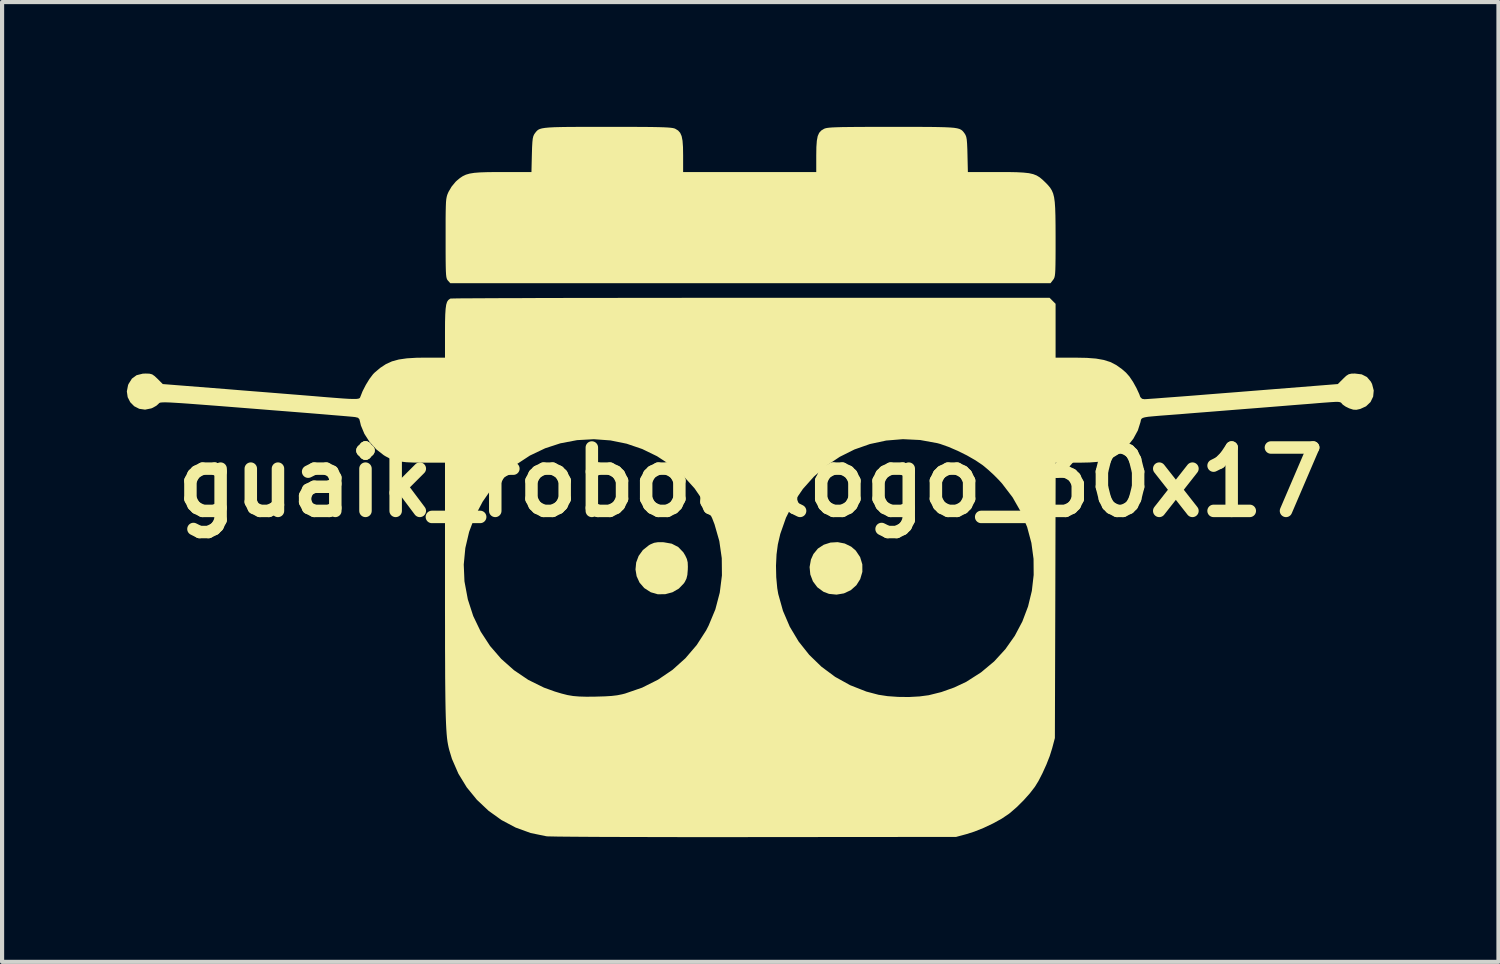
<source format=kicad_pcb>
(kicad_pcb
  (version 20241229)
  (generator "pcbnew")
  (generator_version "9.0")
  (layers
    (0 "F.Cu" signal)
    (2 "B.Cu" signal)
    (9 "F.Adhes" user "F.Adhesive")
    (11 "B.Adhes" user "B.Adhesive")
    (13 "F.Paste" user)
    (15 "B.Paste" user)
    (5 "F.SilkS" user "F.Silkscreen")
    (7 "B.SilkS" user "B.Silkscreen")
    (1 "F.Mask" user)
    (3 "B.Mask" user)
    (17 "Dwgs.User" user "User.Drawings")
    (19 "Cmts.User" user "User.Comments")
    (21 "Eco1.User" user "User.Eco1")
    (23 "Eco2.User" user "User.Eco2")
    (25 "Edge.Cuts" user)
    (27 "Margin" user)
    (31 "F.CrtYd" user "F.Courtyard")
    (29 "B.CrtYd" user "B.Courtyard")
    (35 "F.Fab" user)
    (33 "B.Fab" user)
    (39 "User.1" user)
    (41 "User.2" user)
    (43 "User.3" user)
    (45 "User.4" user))
  (footprint "guaik_robot_logo_30x17"
    (layer "F.Cu")
    (at 14.991 8.545)
    (property "Reference" "guaik_robot_logo_30x17" (at 0 0 0) (layer "F.SilkS") (effects (font (size 1.524 1.524) (thickness 0.3))))
    (attr board_only exclude_from_pos_files exclude_from_bom)
    (fp_poly (pts (xy 2.271 1.474) (xy 2.427 1.55) (xy 2.536 1.644) (xy 2.641 1.801) (xy 2.694 1.975) (xy 2.695 2.155) (xy 2.643 2.331) (xy 2.55 2.478) (xy 2.415 2.597) (xy 2.252 2.673) (xy 2.074 2.703) (xy 1.893 2.685) (xy 1.759 2.634) (xy 1.612 2.526) (xy 1.506 2.384) (xy 1.443 2.218) (xy 1.426 2.04) (xy 1.458 1.86) (xy 1.518 1.727) (xy 1.626 1.595) (xy 1.767 1.503) (xy 1.929 1.451) (xy 2.101 1.441)) (stroke (width 0) (type solid)) (fill yes) (layer "F.SilkS"))
    (fp_poly (pts (xy -2.097 1.443) (xy -2.081 1.444) (xy -1.889 1.478) (xy -1.733 1.558) (xy -1.61 1.686) (xy -1.564 1.762) (xy -1.525 1.846) (xy -1.505 1.927) (xy -1.501 2.029) (xy -1.503 2.103) (xy -1.513 2.228) (xy -1.535 2.318) (xy -1.574 2.397) (xy -1.597 2.432) (xy -1.718 2.558) (xy -1.873 2.647) (xy -2.047 2.693) (xy -2.226 2.694) (xy -2.393 2.646) (xy -2.55 2.545) (xy -2.663 2.414) (xy -2.733 2.261) (xy -2.76 2.098) (xy -2.744 1.931) (xy -2.685 1.773) (xy -2.582 1.63) (xy -2.436 1.514) (xy -2.396 1.492) (xy -2.312 1.457) (xy -2.22 1.442)) (stroke (width 0) (type solid)) (fill yes) (layer "F.SilkS"))
    (fp_poly (pts (xy 3.76 -8.544) (xy 4.056 -8.544) (xy 4.303 -8.543) (xy 4.505 -8.54) (xy 4.669 -8.536) (xy 4.798 -8.53) (xy 4.897 -8.522) (xy 4.972 -8.51) (xy 5.027 -8.495) (xy 5.067 -8.476) (xy 5.098 -8.453) (xy 5.123 -8.426) (xy 5.148 -8.393) (xy 5.151 -8.389) (xy 5.175 -8.35) (xy 5.193 -8.303) (xy 5.205 -8.237) (xy 5.213 -8.141) (xy 5.219 -8.005) (xy 5.222 -7.882) (xy 5.232 -7.458) (xy 5.944 -7.458) (xy 6.201 -7.458) (xy 6.407 -7.454) (xy 6.571 -7.445) (xy 6.7 -7.431) (xy 6.802 -7.408) (xy 6.886 -7.375) (xy 6.958 -7.331) (xy 7.028 -7.273) (xy 7.096 -7.208) (xy 7.159 -7.143) (xy 7.21 -7.082) (xy 7.25 -7.017) (xy 7.282 -6.942) (xy 7.305 -6.851) (xy 7.321 -6.736) (xy 7.331 -6.591) (xy 7.337 -6.409) (xy 7.34 -6.183) (xy 7.341 -5.907) (xy 7.341 -5.842) (xy 7.341 -5.588) (xy 7.34 -5.386) (xy 7.338 -5.229) (xy 7.335 -5.111) (xy 7.33 -5.025) (xy 7.323 -4.965) (xy 7.313 -4.923) (xy 7.3 -4.893) (xy 7.284 -4.869) (xy 7.28 -4.864) (xy 7.219 -4.786) (xy -7.214 -4.786) (xy -7.27 -4.848) (xy -7.286 -4.868) (xy -7.298 -4.895) (xy -7.308 -4.934) (xy -7.315 -4.992) (xy -7.32 -5.076) (xy -7.323 -5.192) (xy -7.325 -5.346) (xy -7.326 -5.544) (xy -7.326 -5.793) (xy -7.326 -5.869) (xy -7.326 -6.131) (xy -7.326 -6.342) (xy -7.324 -6.508) (xy -7.321 -6.636) (xy -7.317 -6.733) (xy -7.31 -6.806) (xy -7.3 -6.861) (xy -7.288 -6.906) (xy -7.271 -6.948) (xy -7.256 -6.982) (xy -7.182 -7.108) (xy -7.084 -7.226) (xy -7.056 -7.252) (xy -6.984 -7.312) (xy -6.914 -7.359) (xy -6.838 -7.395) (xy -6.748 -7.421) (xy -6.636 -7.439) (xy -6.493 -7.45) (xy -6.312 -7.456) (xy -6.085 -7.458) (xy -5.958 -7.458) (xy -5.262 -7.458) (xy -5.252 -7.882) (xy -5.247 -8.052) (xy -5.24 -8.175) (xy -5.231 -8.26) (xy -5.217 -8.319) (xy -5.198 -8.362) (xy -5.18 -8.389) (xy -5.155 -8.422) (xy -5.13 -8.45) (xy -5.101 -8.474) (xy -5.062 -8.493) (xy -5.009 -8.508) (xy -4.936 -8.52) (xy -4.84 -8.529) (xy -4.714 -8.536) (xy -4.555 -8.54) (xy -4.357 -8.543) (xy -4.115 -8.544) (xy -3.825 -8.544) (xy -3.482 -8.545) (xy -3.44 -8.545) (xy -3.094 -8.544) (xy -2.803 -8.544) (xy -2.56 -8.543) (xy -2.362 -8.541) (xy -2.202 -8.538) (xy -2.077 -8.534) (xy -1.982 -8.529) (xy -1.912 -8.523) (xy -1.861 -8.516) (xy -1.825 -8.507) (xy -1.805 -8.499) (xy -1.736 -8.457) (xy -1.686 -8.401) (xy -1.651 -8.322) (xy -1.629 -8.21) (xy -1.618 -8.058) (xy -1.615 -7.858) (xy -1.615 -7.458) (xy 1.586 -7.458) (xy 1.586 -7.858) (xy 1.589 -8.059) (xy 1.6 -8.211) (xy 1.621 -8.322) (xy 1.656 -8.401) (xy 1.707 -8.457) (xy 1.776 -8.499) (xy 1.804 -8.509) (xy 1.843 -8.518) (xy 1.898 -8.525) (xy 1.975 -8.531) (xy 2.077 -8.535) (xy 2.21 -8.539) (xy 2.379 -8.541) (xy 2.589 -8.543) (xy 2.844 -8.544) (xy 3.149 -8.545) (xy 3.411 -8.545)) (stroke (width 0) (type solid)) (fill yes) (layer "F.SilkS"))
    (fp_poly (pts (xy 7.269 -4.362) (xy 7.341 -4.29) (xy 7.341 -2.995) (xy 7.819 -2.995) (xy 8.09 -2.99) (xy 8.313 -2.973) (xy 8.499 -2.94) (xy 8.658 -2.89) (xy 8.8 -2.817) (xy 8.935 -2.721) (xy 9.035 -2.634) (xy 9.116 -2.542) (xy 9.203 -2.413) (xy 9.285 -2.265) (xy 9.353 -2.118) (xy 9.378 -2.048) (xy 9.42 -2.006) (xy 9.476 -1.996) (xy 9.518 -1.998) (xy 9.614 -2.005) (xy 9.758 -2.015) (xy 9.948 -2.03) (xy 10.177 -2.047) (xy 10.442 -2.067) (xy 10.737 -2.09) (xy 11.058 -2.116) (xy 11.401 -2.143) (xy 11.76 -2.171) (xy 11.843 -2.178) (xy 14.127 -2.36) (xy 14.254 -2.487) (xy 14.329 -2.558) (xy 14.389 -2.596) (xy 14.456 -2.611) (xy 14.539 -2.613) (xy 14.702 -2.593) (xy 14.828 -2.529) (xy 14.921 -2.419) (xy 14.951 -2.361) (xy 14.991 -2.206) (xy 14.977 -2.059) (xy 14.914 -1.928) (xy 14.806 -1.825) (xy 14.668 -1.762) (xy 14.573 -1.741) (xy 14.497 -1.745) (xy 14.404 -1.775) (xy 14.403 -1.775) (xy 14.315 -1.818) (xy 14.246 -1.866) (xy 14.229 -1.885) (xy 14.21 -1.908) (xy 14.185 -1.923) (xy 14.144 -1.931) (xy 14.077 -1.932) (xy 13.974 -1.926) (xy 13.824 -1.915) (xy 13.782 -1.912) (xy 13.669 -1.903) (xy 13.506 -1.889) (xy 13.3 -1.873) (xy 13.059 -1.854) (xy 12.79 -1.832) (xy 12.503 -1.809) (xy 12.203 -1.785) (xy 11.922 -1.763) (xy 11.619 -1.739) (xy 11.32 -1.715) (xy 11.032 -1.692) (xy 10.765 -1.671) (xy 10.525 -1.652) (xy 10.321 -1.635) (xy 10.161 -1.623) (xy 10.057 -1.615) (xy 9.846 -1.599) (xy 9.686 -1.585) (xy 9.569 -1.574) (xy 9.489 -1.561) (xy 9.438 -1.546) (xy 9.409 -1.527) (xy 9.394 -1.502) (xy 9.387 -1.469) (xy 9.382 -1.445) (xy 9.319 -1.245) (xy 9.21 -1.045) (xy 9.064 -0.86) (xy 8.891 -0.703) (xy 8.852 -0.674) (xy 8.739 -0.604) (xy 8.624 -0.551) (xy 8.496 -0.514) (xy 8.346 -0.489) (xy 8.161 -0.475) (xy 7.932 -0.47) (xy 7.857 -0.47) (xy 7.343 -0.47) (xy 7.334 2.841) (xy 7.324 6.152) (xy 7.258 6.4) (xy 7.2 6.585) (xy 7.119 6.791) (xy 7.025 6.998) (xy 6.928 7.187) (xy 6.842 7.326) (xy 6.723 7.48) (xy 6.573 7.648) (xy 6.409 7.811) (xy 6.249 7.95) (xy 6.214 7.977) (xy 6.046 8.09) (xy 5.839 8.204) (xy 5.613 8.311) (xy 5.388 8.401) (xy 5.197 8.462) (xy 4.948 8.529) (xy 0.117 8.533) (xy -0.414 8.534) (xy -0.931 8.534) (xy -1.431 8.534) (xy -1.91 8.533) (xy -2.366 8.532) (xy -2.795 8.531) (xy -3.193 8.53) (xy -3.558 8.529) (xy -3.887 8.527) (xy -4.175 8.525) (xy -4.421 8.523) (xy -4.62 8.521) (xy -4.769 8.518) (xy -4.866 8.516) (xy -4.904 8.513) (xy -5.282 8.435) (xy -5.642 8.304) (xy -5.982 8.124) (xy -6.294 7.9) (xy -6.574 7.636) (xy -6.818 7.337) (xy -7.019 7.008) (xy -7.174 6.652) (xy -7.238 6.441) (xy -7.254 6.377) (xy -7.268 6.31) (xy -7.281 6.236) (xy -7.292 6.152) (xy -7.301 6.054) (xy -7.309 5.939) (xy -7.316 5.803) (xy -7.322 5.643) (xy -7.327 5.455) (xy -7.331 5.236) (xy -7.334 4.982) (xy -7.337 4.69) (xy -7.338 4.355) (xy -7.34 3.976) (xy -7.34 3.547) (xy -7.341 3.066) (xy -7.341 2.65) (xy -7.341 1.98) (xy -6.89 1.98) (xy -6.873 2.381) (xy -6.871 2.394) (xy -6.792 2.817) (xy -6.662 3.218) (xy -6.482 3.593) (xy -6.257 3.938) (xy -5.989 4.248) (xy -5.681 4.521) (xy -5.338 4.753) (xy -4.961 4.939) (xy -4.701 5.033) (xy -4.537 5.082) (xy -4.395 5.118) (xy -4.258 5.141) (xy -4.112 5.153) (xy -3.94 5.158) (xy -3.727 5.156) (xy -3.7 5.155) (xy -3.494 5.149) (xy -3.332 5.139) (xy -3.199 5.123) (xy -3.08 5.099) (xy -3.01 5.081) (xy -2.601 4.94) (xy -2.22 4.749) (xy -1.872 4.513) (xy -1.561 4.234) (xy -1.289 3.916) (xy -1.061 3.562) (xy -1.002 3.447) (xy -0.84 3.058) (xy -0.734 2.654) (xy -0.682 2.241) (xy -0.684 2.008) (xy 0.618 2.008) (xy 0.624 2.285) (xy 0.648 2.546) (xy 0.672 2.687) (xy 0.786 3.094) (xy 0.95 3.476) (xy 1.162 3.83) (xy 1.417 4.151) (xy 1.711 4.436) (xy 2.041 4.681) (xy 2.402 4.881) (xy 2.791 5.034) (xy 3.083 5.111) (xy 3.3 5.144) (xy 3.552 5.162) (xy 3.815 5.165) (xy 4.068 5.151) (xy 4.289 5.122) (xy 4.594 5.046) (xy 4.903 4.936) (xy 5.186 4.803) (xy 5.194 4.799) (xy 5.549 4.572) (xy 5.863 4.31) (xy 6.133 4.015) (xy 6.36 3.693) (xy 6.542 3.349) (xy 6.679 2.987) (xy 6.77 2.613) (xy 6.814 2.23) (xy 6.811 1.844) (xy 6.759 1.459) (xy 6.658 1.081) (xy 6.507 0.714) (xy 6.306 0.362) (xy 6.053 0.031) (xy 5.968 -0.062) (xy 5.855 -0.176) (xy 5.726 -0.294) (xy 5.606 -0.395) (xy 5.582 -0.414) (xy 5.414 -0.527) (xy 5.21 -0.644) (xy 4.988 -0.754) (xy 4.768 -0.849) (xy 4.567 -0.92) (xy 4.498 -0.939) (xy 4.082 -1.015) (xy 3.67 -1.035) (xy 3.267 -1.002) (xy 2.877 -0.918) (xy 2.504 -0.787) (xy 2.152 -0.611) (xy 1.825 -0.392) (xy 1.528 -0.133) (xy 1.265 0.162) (xy 1.04 0.492) (xy 0.858 0.854) (xy 0.721 1.244) (xy 0.662 1.498) (xy 0.631 1.737) (xy 0.618 2.008) (xy -0.684 2.008) (xy -0.686 1.826) (xy -0.745 1.414) (xy -0.86 1.012) (xy -0.918 0.863) (xy -1.107 0.489) (xy -1.338 0.151) (xy -1.607 -0.148) (xy -1.91 -0.408) (xy -2.242 -0.625) (xy -2.598 -0.798) (xy -2.973 -0.926) (xy -3.362 -1.005) (xy -3.761 -1.034) (xy -4.164 -1.012) (xy -4.568 -0.935) (xy -4.932 -0.816) (xy -5.299 -0.641) (xy -5.636 -0.42) (xy -5.94 -0.157) (xy -6.208 0.14) (xy -6.436 0.469) (xy -6.622 0.822) (xy -6.761 1.195) (xy -6.852 1.583) (xy -6.89 1.98) (xy -7.341 1.98) (xy -7.341 -0.47) (xy -7.85 -0.47) (xy -8.086 -0.472) (xy -8.275 -0.481) (xy -8.427 -0.499) (xy -8.553 -0.527) (xy -8.663 -0.567) (xy -8.768 -0.622) (xy -8.814 -0.65) (xy -8.994 -0.791) (xy -9.153 -0.967) (xy -9.279 -1.163) (xy -9.363 -1.364) (xy -9.382 -1.445) (xy -9.4 -1.515) (xy -9.433 -1.55) (xy -9.5 -1.566) (xy -9.524 -1.569) (xy -9.573 -1.574) (xy -9.675 -1.583) (xy -9.826 -1.596) (xy -10.021 -1.612) (xy -10.256 -1.632) (xy -10.525 -1.654) (xy -10.824 -1.678) (xy -11.149 -1.704) (xy -11.493 -1.731) (xy -11.854 -1.76) (xy -11.917 -1.765) (xy -12.335 -1.798) (xy -12.698 -1.827) (xy -13.011 -1.851) (xy -13.276 -1.871) (xy -13.499 -1.888) (xy -13.683 -1.901) (xy -13.832 -1.91) (xy -13.949 -1.917) (xy -14.039 -1.92) (xy -14.106 -1.92) (xy -14.154 -1.918) (xy -14.186 -1.914) (xy -14.206 -1.907) (xy -14.218 -1.898) (xy -14.227 -1.888) (xy -14.229 -1.885) (xy -14.281 -1.839) (xy -14.364 -1.792) (xy -14.403 -1.775) (xy -14.553 -1.745) (xy -14.693 -1.765) (xy -14.814 -1.827) (xy -14.909 -1.923) (xy -14.971 -2.045) (xy -14.991 -2.184) (xy -14.962 -2.333) (xy -14.951 -2.361) (xy -14.869 -2.491) (xy -14.757 -2.573) (xy -14.609 -2.61) (xy -14.539 -2.613) (xy -14.447 -2.61) (xy -14.382 -2.593) (xy -14.322 -2.551) (xy -14.254 -2.487) (xy -14.127 -2.36) (xy -12.547 -2.235) (xy -12.23 -2.209) (xy -11.916 -2.184) (xy -11.613 -2.16) (xy -11.327 -2.137) (xy -11.068 -2.116) (xy -10.842 -2.098) (xy -10.658 -2.083) (xy -10.523 -2.072) (xy -10.498 -2.07) (xy -10.214 -2.046) (xy -9.984 -2.028) (xy -9.801 -2.014) (xy -9.66 -2.005) (xy -9.555 -2.002) (xy -9.481 -2.002) (xy -9.431 -2.008) (xy -9.402 -2.017) (xy -9.386 -2.031) (xy -9.38 -2.044) (xy -9.323 -2.188) (xy -9.245 -2.34) (xy -9.158 -2.482) (xy -9.072 -2.596) (xy -9.035 -2.634) (xy -8.898 -2.75) (xy -8.761 -2.84) (xy -8.616 -2.906) (xy -8.451 -2.951) (xy -8.256 -2.979) (xy -8.02 -2.993) (xy -7.819 -2.995) (xy -7.341 -2.995) (xy -7.341 -3.613) (xy -7.34 -3.848) (xy -7.335 -4.03) (xy -7.326 -4.168) (xy -7.312 -4.268) (xy -7.291 -4.337) (xy -7.261 -4.381) (xy -7.223 -4.409) (xy -7.208 -4.416) (xy -7.174 -4.417) (xy -7.085 -4.419) (xy -6.942 -4.421) (xy -6.748 -4.422) (xy -6.505 -4.423) (xy -6.216 -4.425) (xy -5.884 -4.426) (xy -5.51 -4.427) (xy -5.098 -4.429) (xy -4.651 -4.43) (xy -4.17 -4.431) (xy -3.658 -4.431) (xy -3.118 -4.432) (xy -2.552 -4.433) (xy -1.963 -4.433) (xy -1.353 -4.434) (xy -0.725 -4.434) (xy -0.081 -4.434) (xy 0.018 -4.434) (xy 7.197 -4.434)) (stroke (width 0) (type solid)) (fill yes) (layer "F.SilkS")))
  (gr_rect
    (start -3 -3)
    (end 32.981 20.078)
    (stroke (width 0.1) (type default))
    (fill no)
    (layer "Edge.Cuts")))
</source>
